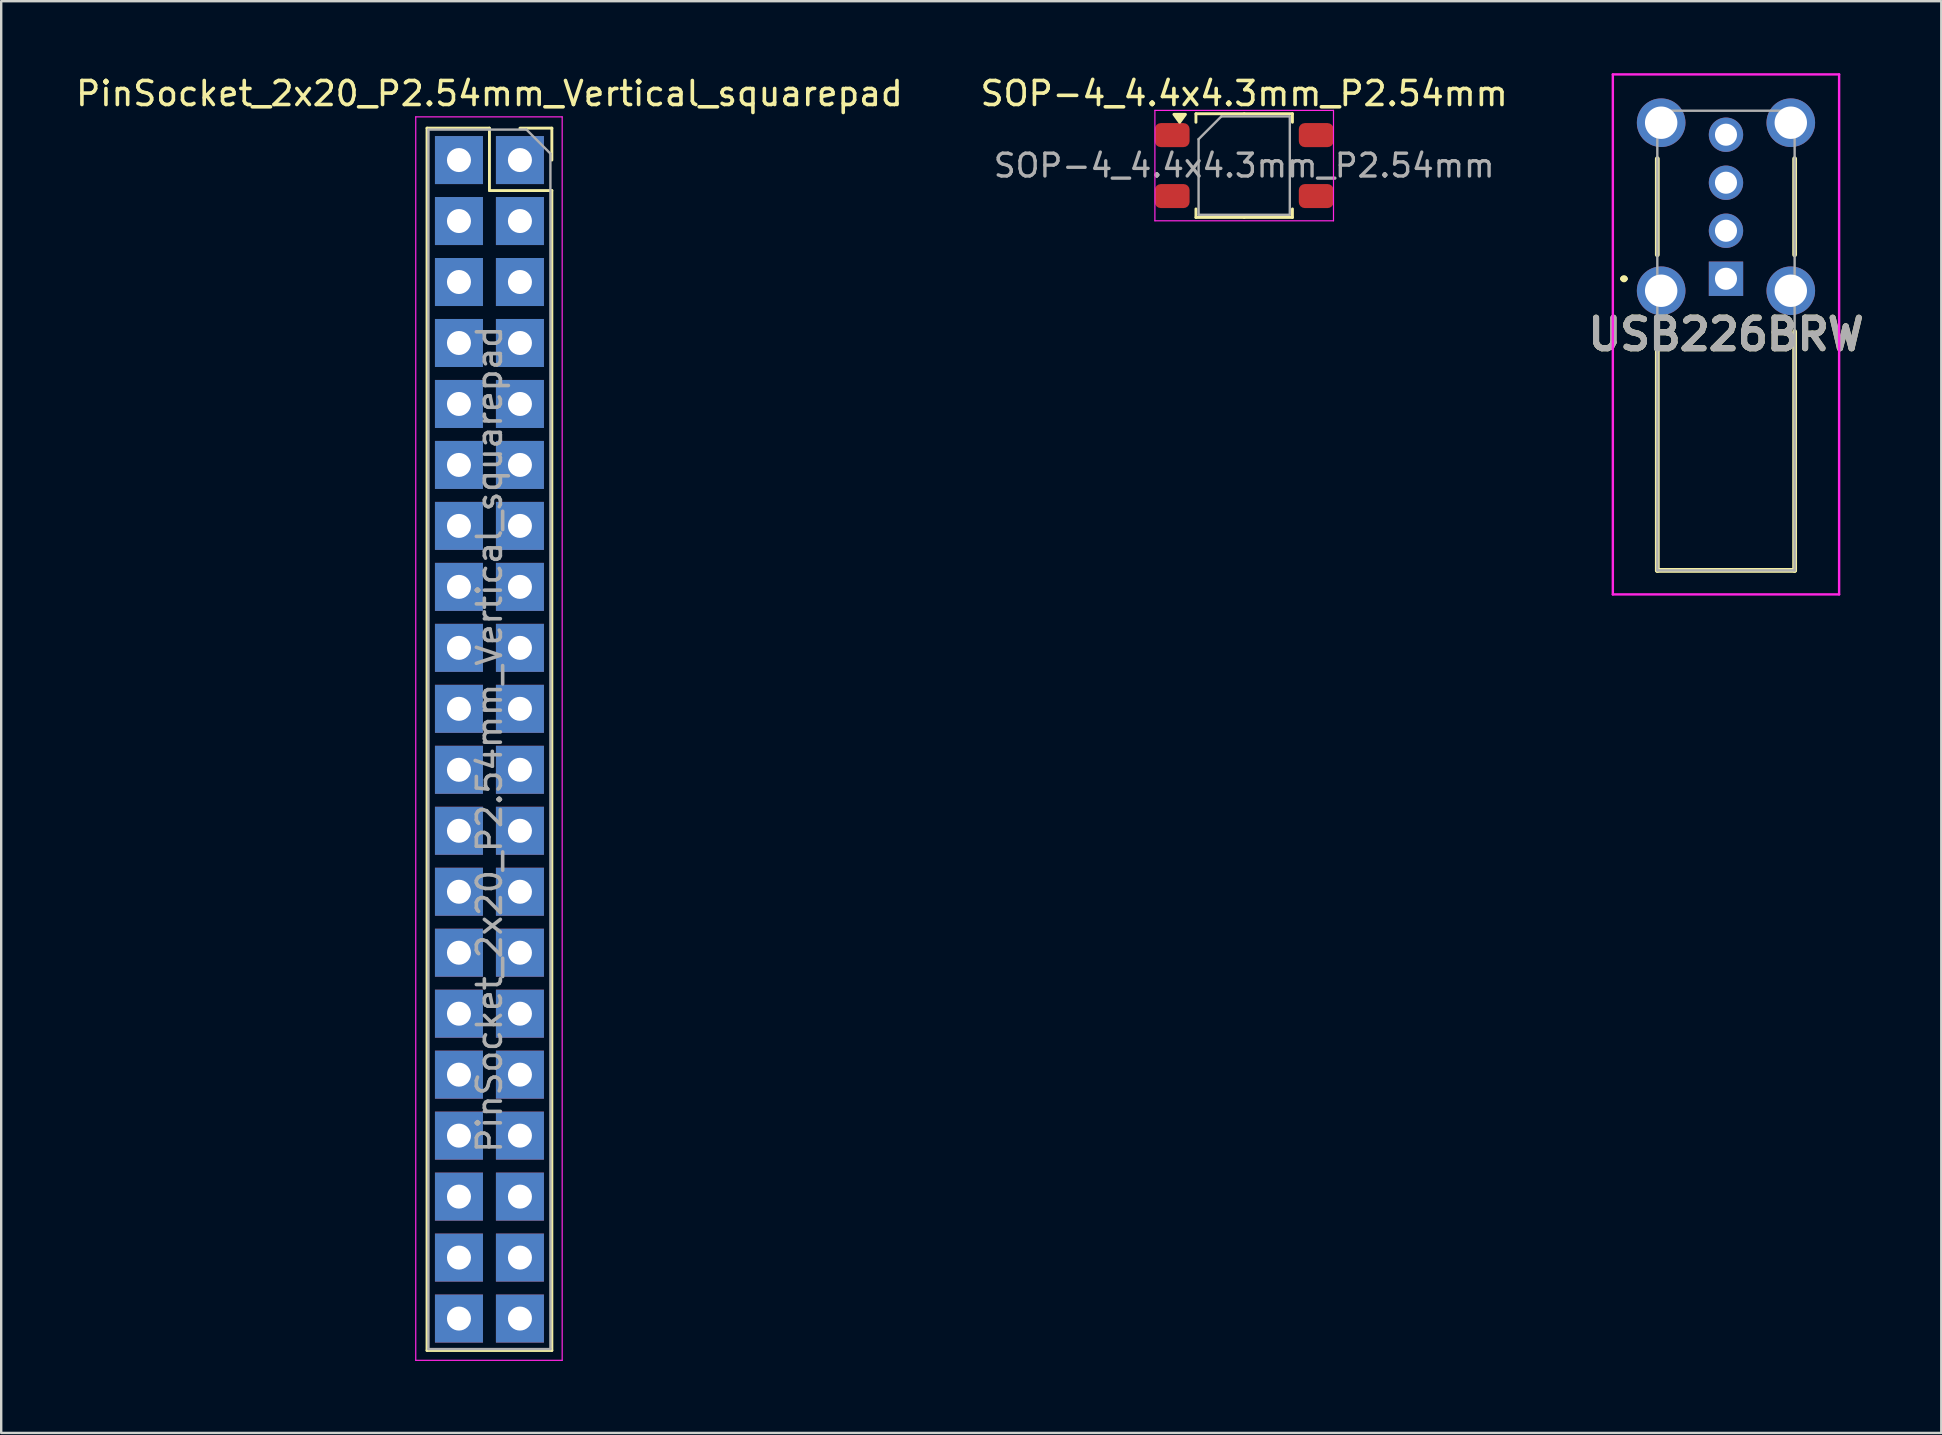
<source format=kicad_pcb>
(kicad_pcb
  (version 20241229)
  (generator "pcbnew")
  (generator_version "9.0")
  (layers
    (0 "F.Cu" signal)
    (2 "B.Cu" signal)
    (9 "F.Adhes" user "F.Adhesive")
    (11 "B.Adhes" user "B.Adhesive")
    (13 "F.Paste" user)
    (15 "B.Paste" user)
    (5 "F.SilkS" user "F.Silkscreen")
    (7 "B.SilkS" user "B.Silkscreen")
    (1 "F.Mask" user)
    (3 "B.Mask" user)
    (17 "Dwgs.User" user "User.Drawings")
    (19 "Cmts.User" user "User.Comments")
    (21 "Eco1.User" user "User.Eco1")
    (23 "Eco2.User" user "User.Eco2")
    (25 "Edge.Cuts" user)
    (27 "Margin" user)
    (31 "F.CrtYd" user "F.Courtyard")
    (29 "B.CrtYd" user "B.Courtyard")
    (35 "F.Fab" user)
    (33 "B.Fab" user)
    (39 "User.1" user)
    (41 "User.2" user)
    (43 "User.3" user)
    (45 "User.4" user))
  (footprint "USB226BRW"
    (layer "F.Cu")
    (at 68.85 8.562)
    (property "Reference" "USB226BRW" (at 0 2.319 0) (layer "F.SilkS") (effects (font (size 1.27 1.27) (thickness 0.254))))
    (attr through_hole)
    (fp_line (start -4.3 0) (end -4.3 0) (stroke (width 0.2) (type solid)) (layer "F.SilkS"))
    (fp_line (start -4.3 0) (end -4.2 0) (stroke (width 0.2) (type solid)) (layer "F.SilkS"))
    (fp_line (start -4.2 0) (end -4.2 0) (stroke (width 0.2) (type solid)) (layer "F.SilkS"))
    (fp_line (start -2.86 -5) (end -2.86 -1) (stroke (width 0.2) (type solid)) (layer "F.SilkS"))
    (fp_line (start -2.86 2.2) (end -2.86 12.15) (stroke (width 0.2) (type solid)) (layer "F.SilkS"))
    (fp_line (start -2.86 12.15) (end 2.86 12.15) (stroke (width 0.2) (type solid)) (layer "F.SilkS"))
    (fp_line (start 2.86 -5) (end 2.86 -1) (stroke (width 0.2) (type solid)) (layer "F.SilkS"))
    (fp_line (start 2.86 12.15) (end 2.86 2.2) (stroke (width 0.2) (type solid)) (layer "F.SilkS"))
    (fp_arc (start -4.3 0) (mid -4.25 -0.05) (end -4.2 0) (stroke (width 0.2) (type solid)) (layer "F.SilkS"))
    (fp_arc (start -4.2 0) (mid -4.25 0.05) (end -4.3 0) (stroke (width 0.2) (type solid)) (layer "F.SilkS"))
    (fp_line (start -4.713 -8.512) (end 4.713 -8.512) (stroke (width 0.1) (type solid)) (layer "F.CrtYd"))
    (fp_line (start -4.713 13.15) (end -4.713 -8.512) (stroke (width 0.1) (type solid)) (layer "F.CrtYd"))
    (fp_line (start 4.713 -8.512) (end 4.713 13.15) (stroke (width 0.1) (type solid)) (layer "F.CrtYd"))
    (fp_line (start 4.713 13.15) (end -4.713 13.15) (stroke (width 0.1) (type solid)) (layer "F.CrtYd"))
    (fp_line (start -2.86 -7) (end 2.86 -7) (stroke (width 0.1) (type solid)) (layer "F.Fab"))
    (fp_line (start -2.86 12.15) (end -2.86 -7) (stroke (width 0.1) (type solid)) (layer "F.Fab"))
    (fp_line (start 2.86 -7) (end 2.86 12.15) (stroke (width 0.1) (type solid)) (layer "F.Fab"))
    (fp_line (start 2.86 12.15) (end -2.86 12.15) (stroke (width 0.1) (type solid)) (layer "F.Fab"))
    (fp_text user "${REFERENCE}" (at 0 2.319 0) (layer "F.Fab") (effects (font (size 1.27 1.27) (thickness 0.254))))
    (pad "1" thru_hole rect (at 0 0) (size 1.431 1.431) (drill 0.92) (layers "*.Cu" "*.Mask"))
    (pad "2" thru_hole circle (at 0 -2) (size 1.431 1.431) (drill 0.92) (layers "*.Cu" "*.Mask"))
    (pad "3" thru_hole circle (at 0 -4) (size 1.431 1.431) (drill 0.92) (layers "*.Cu" "*.Mask"))
    (pad "4" thru_hole circle (at 0 -6) (size 1.431 1.431) (drill 0.92) (layers "*.Cu" "*.Mask"))
    (pad "MH1" thru_hole circle (at -2.7 -6.5) (size 2.025 2.025) (drill 1.35) (layers "*.Cu" "*.Mask"))
    (pad "MH2" thru_hole circle (at -2.7 0.5) (size 2.025 2.025) (drill 1.35) (layers "*.Cu" "*.Mask"))
    (pad "MH3" thru_hole circle (at 2.7 0.5) (size 2.025 2.025) (drill 1.35) (layers "*.Cu" "*.Mask"))
    (pad "MH4" thru_hole circle (at 2.7 -6.5) (size 2.025 2.025) (drill 1.35) (layers "*.Cu" "*.Mask")))
  (footprint "SOP-4_4.4x4.3mm_P2.54mm"
    (layer "F.Cu")
    (at 48.78 3.848)
    (property "Reference" "SOP-4_4.4x4.3mm_P2.54mm" (at 0 -3 0) (layer "F.SilkS") (effects (font (size 1 1) (thickness 0.15))))
    (attr smd)
    (fp_line (start -2.01 -2.16) (end -2.01 -1.805) (stroke (width 0.12) (type solid)) (layer "F.SilkS"))
    (fp_line (start -2.01 2.16) (end -2.01 1.805) (stroke (width 0.12) (type solid)) (layer "F.SilkS"))
    (fp_line (start 0 -2.16) (end -2.01 -2.16) (stroke (width 0.12) (type solid)) (layer "F.SilkS"))
    (fp_line (start 0 -2.16) (end 2.01 -2.16) (stroke (width 0.12) (type solid)) (layer "F.SilkS"))
    (fp_line (start 0 2.16) (end -2.01 2.16) (stroke (width 0.12) (type solid)) (layer "F.SilkS"))
    (fp_line (start 0 2.16) (end 2.01 2.16) (stroke (width 0.12) (type solid)) (layer "F.SilkS"))
    (fp_line (start 2.01 -2.16) (end 2.01 -1.805) (stroke (width 0.12) (type solid)) (layer "F.SilkS"))
    (fp_line (start 2.01 2.16) (end 2.01 1.805) (stroke (width 0.12) (type solid)) (layer "F.SilkS"))
    (fp_poly (pts (xy -2.688 -1.805) (xy -2.928 -2.135) (xy -2.447 -2.135) (xy -2.688 -1.805)) (stroke (width 0.12) (type solid)) (fill yes) (layer "F.SilkS"))
    (fp_line (start -3.72 -2.3) (end -3.72 2.3) (stroke (width 0.05) (type solid)) (layer "F.CrtYd"))
    (fp_line (start -3.72 2.3) (end 3.72 2.3) (stroke (width 0.05) (type solid)) (layer "F.CrtYd"))
    (fp_line (start 3.72 -2.3) (end -3.72 -2.3) (stroke (width 0.05) (type solid)) (layer "F.CrtYd"))
    (fp_line (start 3.72 2.3) (end 3.72 -2.3) (stroke (width 0.05) (type solid)) (layer "F.CrtYd"))
    (fp_line (start -1.9 -1.1) (end -0.95 -2.05) (stroke (width 0.1) (type solid)) (layer "F.Fab"))
    (fp_line (start -1.9 2.05) (end -1.9 -1.1) (stroke (width 0.1) (type solid)) (layer "F.Fab"))
    (fp_line (start -0.95 -2.05) (end 1.9 -2.05) (stroke (width 0.1) (type solid)) (layer "F.Fab"))
    (fp_line (start 1.9 -2.05) (end 1.9 2.05) (stroke (width 0.1) (type solid)) (layer "F.Fab"))
    (fp_line (start 1.9 2.05) (end -1.9 2.05) (stroke (width 0.1) (type solid)) (layer "F.Fab"))
    (fp_text user "${REFERENCE}" (at 0 0 0) (layer "F.Fab") (effects (font (size 0.95 0.95) (thickness 0.14))))
    (pad "1" smd roundrect (at -3 -1.27) (size 1.45 1) (layers "F.Cu" "F.Mask" "F.Paste") (roundrect_rratio 0.25))
    (pad "2" smd roundrect (at -3 1.27) (size 1.45 1) (layers "F.Cu" "F.Mask" "F.Paste") (roundrect_rratio 0.25))
    (pad "3" smd roundrect (at 3 1.27) (size 1.45 1) (layers "F.Cu" "F.Mask" "F.Paste") (roundrect_rratio 0.25))
    (pad "4" smd roundrect (at 3 -1.27) (size 1.45 1) (layers "F.Cu" "F.Mask" "F.Paste") (roundrect_rratio 0.25)))
  (footprint "PinSocket_2x20_P2.54mm_Vertical_squarepad"
    (layer "F.Cu")
    (at 18.609 3.618)
    (property "Reference" "PinSocket_2x20_P2.54mm_Vertical_squarepad" (at -1.27 -2.77 0) (layer "F.SilkS") (effects (font (size 1 1) (thickness 0.15))))
    (attr through_hole)
    (fp_line (start -3.87 -1.33) (end -3.87 49.59) (stroke (width 0.12) (type solid)) (layer "F.SilkS"))
    (fp_line (start -3.87 -1.33) (end -1.27 -1.33) (stroke (width 0.12) (type solid)) (layer "F.SilkS"))
    (fp_line (start -3.87 49.59) (end 1.33 49.59) (stroke (width 0.12) (type solid)) (layer "F.SilkS"))
    (fp_line (start -1.27 -1.33) (end -1.27 1.27) (stroke (width 0.12) (type solid)) (layer "F.SilkS"))
    (fp_line (start -1.27 1.27) (end 1.33 1.27) (stroke (width 0.12) (type solid)) (layer "F.SilkS"))
    (fp_line (start 0 -1.33) (end 1.33 -1.33) (stroke (width 0.12) (type solid)) (layer "F.SilkS"))
    (fp_line (start 1.33 -1.33) (end 1.33 0) (stroke (width 0.12) (type solid)) (layer "F.SilkS"))
    (fp_line (start 1.33 1.27) (end 1.33 49.59) (stroke (width 0.12) (type solid)) (layer "F.SilkS"))
    (fp_line (start -4.34 -1.8) (end 1.76 -1.8) (stroke (width 0.05) (type solid)) (layer "F.CrtYd"))
    (fp_line (start -4.34 50) (end -4.34 -1.8) (stroke (width 0.05) (type solid)) (layer "F.CrtYd"))
    (fp_line (start 1.76 -1.8) (end 1.76 50) (stroke (width 0.05) (type solid)) (layer "F.CrtYd"))
    (fp_line (start 1.76 50) (end -4.34 50) (stroke (width 0.05) (type solid)) (layer "F.CrtYd"))
    (fp_line (start -3.81 -1.27) (end 0.27 -1.27) (stroke (width 0.1) (type solid)) (layer "F.Fab"))
    (fp_line (start -3.81 49.53) (end -3.81 -1.27) (stroke (width 0.1) (type solid)) (layer "F.Fab"))
    (fp_line (start 0.27 -1.27) (end 1.27 -0.27) (stroke (width 0.1) (type solid)) (layer "F.Fab"))
    (fp_line (start 1.27 -0.27) (end 1.27 49.53) (stroke (width 0.1) (type solid)) (layer "F.Fab"))
    (fp_line (start 1.27 49.53) (end -3.81 49.53) (stroke (width 0.1) (type solid)) (layer "F.Fab"))
    (fp_text user "${REFERENCE}" (at -1.27 24.13 90) (layer "F.Fab") (effects (font (size 1 1) (thickness 0.15))))
    (pad "1" thru_hole rect (at 0 0) (size 2 2) (drill 1) (layers "*.Cu" "*.Mask"))
    (pad "2" thru_hole rect (at -2.54 0) (size 2 2) (drill 1) (layers "*.Cu" "*.Mask"))
    (pad "3" thru_hole rect (at 0 2.54) (size 2 2) (drill 1) (layers "*.Cu" "*.Mask"))
    (pad "4" thru_hole rect (at -2.54 2.54) (size 2 2) (drill 1) (layers "*.Cu" "*.Mask"))
    (pad "5" thru_hole rect (at 0 5.08) (size 2 2) (drill 1) (layers "*.Cu" "*.Mask"))
    (pad "6" thru_hole rect (at -2.54 5.08) (size 2 2) (drill 1) (layers "*.Cu" "*.Mask"))
    (pad "7" thru_hole rect (at 0 7.62) (size 2 2) (drill 1) (layers "*.Cu" "*.Mask"))
    (pad "8" thru_hole rect (at -2.54 7.62) (size 2 2) (drill 1) (layers "*.Cu" "*.Mask"))
    (pad "9" thru_hole rect (at 0 10.16) (size 2 2) (drill 1) (layers "*.Cu" "*.Mask"))
    (pad "10" thru_hole rect (at -2.54 10.16) (size 2 2) (drill 1) (layers "*.Cu" "*.Mask"))
    (pad "11" thru_hole rect (at 0 12.7) (size 2 2) (drill 1) (layers "*.Cu" "*.Mask"))
    (pad "12" thru_hole rect (at -2.54 12.7) (size 2 2) (drill 1) (layers "*.Cu" "*.Mask"))
    (pad "13" thru_hole rect (at 0 15.24) (size 2 2) (drill 1) (layers "*.Cu" "*.Mask"))
    (pad "14" thru_hole rect (at -2.54 15.24) (size 2 2) (drill 1) (layers "*.Cu" "*.Mask"))
    (pad "15" thru_hole rect (at 0 17.78) (size 2 2) (drill 1) (layers "*.Cu" "*.Mask"))
    (pad "16" thru_hole rect (at -2.54 17.78) (size 2 2) (drill 1) (layers "*.Cu" "*.Mask"))
    (pad "17" thru_hole rect (at 0 20.32) (size 2 2) (drill 1) (layers "*.Cu" "*.Mask"))
    (pad "18" thru_hole rect (at -2.54 20.32) (size 2 2) (drill 1) (layers "*.Cu" "*.Mask"))
    (pad "19" thru_hole rect (at 0 22.86) (size 2 2) (drill 1) (layers "*.Cu" "*.Mask"))
    (pad "20" thru_hole rect (at -2.54 22.86) (size 2 2) (drill 1) (layers "*.Cu" "*.Mask"))
    (pad "21" thru_hole rect (at 0 25.4) (size 2 2) (drill 1) (layers "*.Cu" "*.Mask"))
    (pad "22" thru_hole rect (at -2.54 25.4) (size 2 2) (drill 1) (layers "*.Cu" "*.Mask"))
    (pad "23" thru_hole rect (at 0 27.94) (size 2 2) (drill 1) (layers "*.Cu" "*.Mask"))
    (pad "24" thru_hole rect (at -2.54 27.94) (size 2 2) (drill 1) (layers "*.Cu" "*.Mask"))
    (pad "25" thru_hole rect (at 0 30.48) (size 2 2) (drill 1) (layers "*.Cu" "*.Mask"))
    (pad "26" thru_hole rect (at -2.54 30.48) (size 2 2) (drill 1) (layers "*.Cu" "*.Mask"))
    (pad "27" thru_hole rect (at 0 33.02) (size 2 2) (drill 1) (layers "*.Cu" "*.Mask"))
    (pad "28" thru_hole rect (at -2.54 33.02) (size 2 2) (drill 1) (layers "*.Cu" "*.Mask"))
    (pad "29" thru_hole rect (at 0 35.56) (size 2 2) (drill 1) (layers "*.Cu" "*.Mask"))
    (pad "30" thru_hole rect (at -2.54 35.56) (size 2 2) (drill 1) (layers "*.Cu" "*.Mask"))
    (pad "31" thru_hole rect (at 0 38.1) (size 2 2) (drill 1) (layers "*.Cu" "*.Mask"))
    (pad "32" thru_hole rect (at -2.54 38.1) (size 2 2) (drill 1) (layers "*.Cu" "*.Mask"))
    (pad "33" thru_hole rect (at 0 40.64) (size 2 2) (drill 1) (layers "*.Cu" "*.Mask"))
    (pad "34" thru_hole rect (at -2.54 40.64) (size 2 2) (drill 1) (layers "*.Cu" "*.Mask"))
    (pad "35" thru_hole rect (at 0 43.18) (size 2 2) (drill 1) (layers "*.Cu" "*.Mask"))
    (pad "36" thru_hole rect (at -2.54 43.18) (size 2 2) (drill 1) (layers "*.Cu" "*.Mask"))
    (pad "37" thru_hole rect (at 0 45.72) (size 2 2) (drill 1) (layers "*.Cu" "*.Mask"))
    (pad "38" thru_hole rect (at -2.54 45.72) (size 2 2) (drill 1) (layers "*.Cu" "*.Mask"))
    (pad "39" thru_hole rect (at 0 48.26) (size 2 2) (drill 1) (layers "*.Cu" "*.Mask"))
    (pad "40" thru_hole rect (at -2.54 48.26) (size 2 2) (drill 1) (layers "*.Cu" "*.Mask")))
  (gr_rect
    (start -3 -3)
    (end 77.819 56.643)
    (stroke (width 0.1) (type default))
    (fill no)
    (layer "Edge.Cuts")))
</source>
